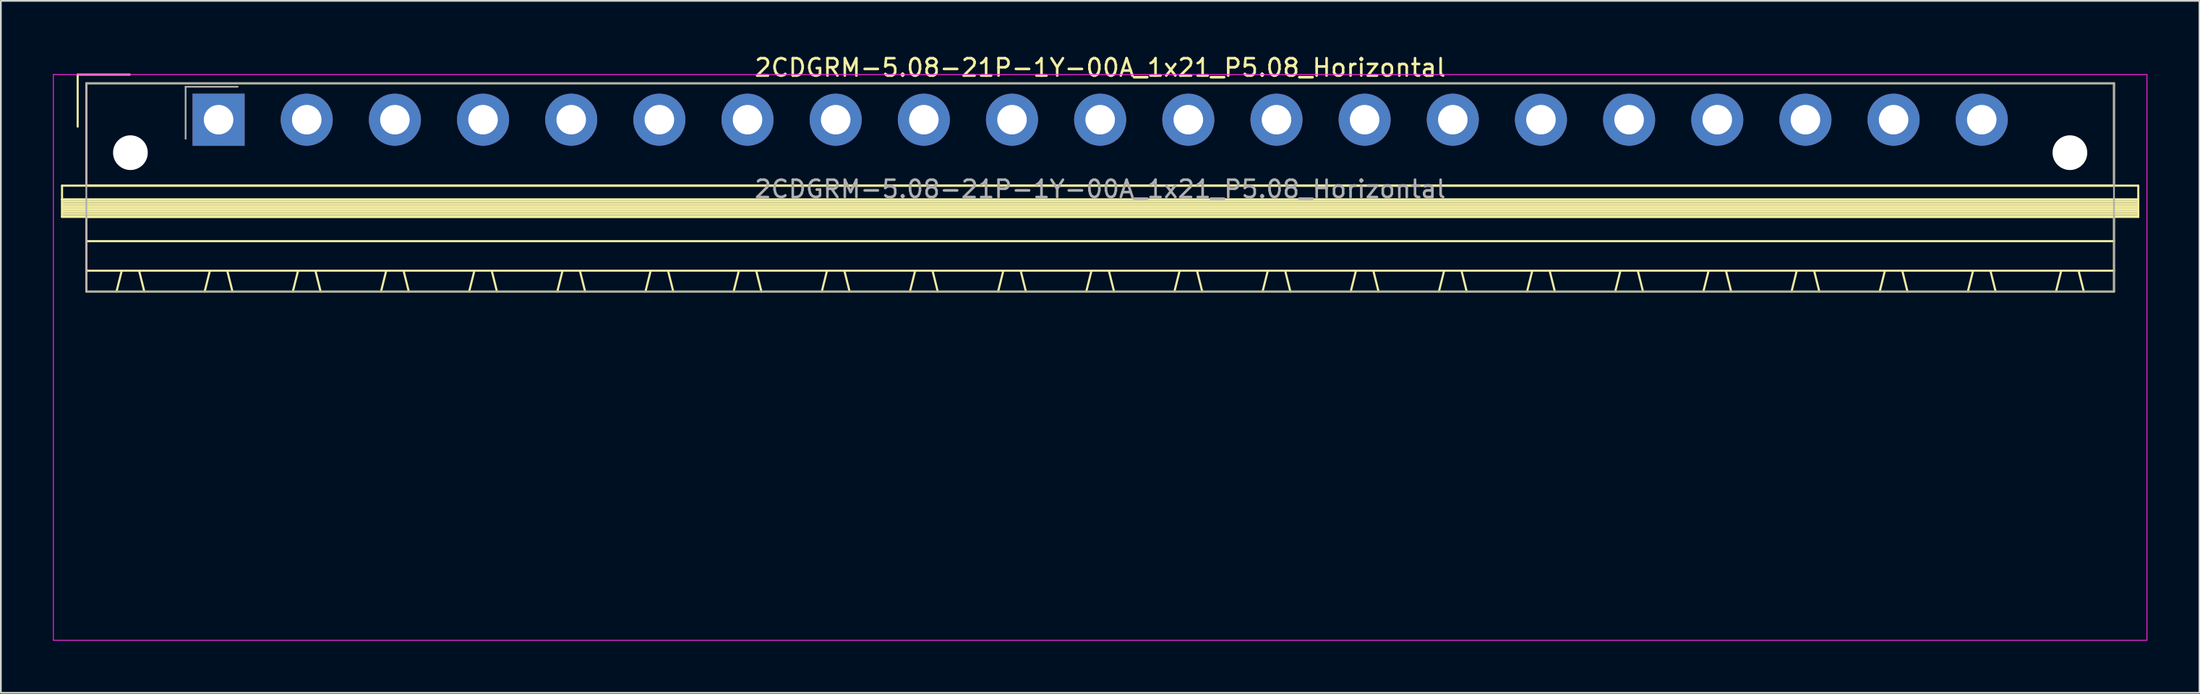
<source format=kicad_pcb>
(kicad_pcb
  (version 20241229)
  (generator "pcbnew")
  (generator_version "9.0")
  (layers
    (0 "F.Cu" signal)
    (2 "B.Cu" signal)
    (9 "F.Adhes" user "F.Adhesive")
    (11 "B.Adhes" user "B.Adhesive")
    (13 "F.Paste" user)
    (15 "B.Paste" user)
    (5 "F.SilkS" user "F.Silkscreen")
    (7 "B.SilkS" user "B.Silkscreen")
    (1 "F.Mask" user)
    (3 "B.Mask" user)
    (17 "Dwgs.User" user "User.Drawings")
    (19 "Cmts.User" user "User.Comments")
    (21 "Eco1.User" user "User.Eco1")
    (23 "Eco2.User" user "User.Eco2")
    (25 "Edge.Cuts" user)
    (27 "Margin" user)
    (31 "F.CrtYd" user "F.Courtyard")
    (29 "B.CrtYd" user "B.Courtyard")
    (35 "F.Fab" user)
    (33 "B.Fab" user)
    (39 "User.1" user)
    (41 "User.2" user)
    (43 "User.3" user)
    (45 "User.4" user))
  (footprint "2CDGRM-5.08-21P-1Y-00A_1x21_P5.08_Horizontal"
    (layer "F.Cu")
    (at 9.545 3.848)
    (property "Reference" "2CDGRM-5.08-21P-1Y-00A_1x21_P5.08_Horizontal" (at 50.8 -3 0) (layer "F.SilkS") (effects (font (size 1 1) (thickness 0.15))))
    (attr through_hole)
    (fp_line (start -9.02 3.8) (end -9.02 4.6) (stroke (width 0.12) (type solid)) (layer "F.SilkS"))
    (fp_line (start -9.02 4.6) (end -9.02 5.6) (stroke (width 0.12) (type solid)) (layer "F.SilkS"))
    (fp_line (start -9.02 4.6) (end 110.62 4.6) (stroke (width 0.12) (type solid)) (layer "F.SilkS"))
    (fp_line (start -9.02 4.72) (end 110.62 4.72) (stroke (width 0.12) (type solid)) (layer "F.SilkS"))
    (fp_line (start -9.02 4.84) (end 110.62 4.84) (stroke (width 0.12) (type solid)) (layer "F.SilkS"))
    (fp_line (start -9.02 4.96) (end 110.62 4.96) (stroke (width 0.12) (type solid)) (layer "F.SilkS"))
    (fp_line (start -9.02 5.08) (end 110.62 5.08) (stroke (width 0.12) (type solid)) (layer "F.SilkS"))
    (fp_line (start -9.02 5.2) (end 110.62 5.2) (stroke (width 0.12) (type solid)) (layer "F.SilkS"))
    (fp_line (start -9.02 5.32) (end 110.62 5.32) (stroke (width 0.12) (type solid)) (layer "F.SilkS"))
    (fp_line (start -9.02 5.44) (end 110.62 5.44) (stroke (width 0.12) (type solid)) (layer "F.SilkS"))
    (fp_line (start -9.02 5.56) (end 110.62 5.56) (stroke (width 0.12) (type solid)) (layer "F.SilkS"))
    (fp_line (start -9.02 5.6) (end 110.62 5.6) (stroke (width 0.12) (type solid)) (layer "F.SilkS"))
    (fp_line (start -8.12 -2.6) (end -8.12 0.4) (stroke (width 0.12) (type solid)) (layer "F.SilkS"))
    (fp_line (start -8.12 -2.6) (end -5.12 -2.6) (stroke (width 0.12) (type solid)) (layer "F.SilkS"))
    (fp_line (start -7.62 -2.1) (end -7.62 3.8) (stroke (width 0.12) (type solid)) (layer "F.SilkS"))
    (fp_line (start -7.62 3.8) (end 109.22 3.8) (stroke (width 0.12) (type solid)) (layer "F.SilkS"))
    (fp_line (start -7.62 5.6) (end -7.62 9.9) (stroke (width 0.12) (type solid)) (layer "F.SilkS"))
    (fp_line (start -7.62 7) (end 109.22 7) (stroke (width 0.12) (type solid)) (layer "F.SilkS"))
    (fp_line (start -7.62 8.7) (end 109.22 8.7) (stroke (width 0.12) (type solid)) (layer "F.SilkS"))
    (fp_line (start -7.62 9.9) (end 109.22 9.9) (stroke (width 0.12) (type solid)) (layer "F.SilkS"))
    (fp_line (start -5.58 8.7) (end -5.88 9.9) (stroke (width 0.12) (type solid)) (layer "F.SilkS"))
    (fp_line (start -4.58 8.7) (end -4.28 9.9) (stroke (width 0.12) (type solid)) (layer "F.SilkS"))
    (fp_line (start -0.5 8.7) (end -0.8 9.9) (stroke (width 0.12) (type solid)) (layer "F.SilkS"))
    (fp_line (start 0.5 8.7) (end 0.8 9.9) (stroke (width 0.12) (type solid)) (layer "F.SilkS"))
    (fp_line (start 4.58 8.7) (end 4.28 9.9) (stroke (width 0.12) (type solid)) (layer "F.SilkS"))
    (fp_line (start 5.58 8.7) (end 5.88 9.9) (stroke (width 0.12) (type solid)) (layer "F.SilkS"))
    (fp_line (start 9.66 8.7) (end 9.36 9.9) (stroke (width 0.12) (type solid)) (layer "F.SilkS"))
    (fp_line (start 10.66 8.7) (end 10.96 9.9) (stroke (width 0.12) (type solid)) (layer "F.SilkS"))
    (fp_line (start 14.74 8.7) (end 14.44 9.9) (stroke (width 0.12) (type solid)) (layer "F.SilkS"))
    (fp_line (start 15.74 8.7) (end 16.04 9.9) (stroke (width 0.12) (type solid)) (layer "F.SilkS"))
    (fp_line (start 19.82 8.7) (end 19.52 9.9) (stroke (width 0.12) (type solid)) (layer "F.SilkS"))
    (fp_line (start 20.82 8.7) (end 21.12 9.9) (stroke (width 0.12) (type solid)) (layer "F.SilkS"))
    (fp_line (start 24.9 8.7) (end 24.6 9.9) (stroke (width 0.12) (type solid)) (layer "F.SilkS"))
    (fp_line (start 25.9 8.7) (end 26.2 9.9) (stroke (width 0.12) (type solid)) (layer "F.SilkS"))
    (fp_line (start 29.98 8.7) (end 29.68 9.9) (stroke (width 0.12) (type solid)) (layer "F.SilkS"))
    (fp_line (start 30.98 8.7) (end 31.28 9.9) (stroke (width 0.12) (type solid)) (layer "F.SilkS"))
    (fp_line (start 35.06 8.7) (end 34.76 9.9) (stroke (width 0.12) (type solid)) (layer "F.SilkS"))
    (fp_line (start 36.06 8.7) (end 36.36 9.9) (stroke (width 0.12) (type solid)) (layer "F.SilkS"))
    (fp_line (start 40.14 8.7) (end 39.84 9.9) (stroke (width 0.12) (type solid)) (layer "F.SilkS"))
    (fp_line (start 41.14 8.7) (end 41.44 9.9) (stroke (width 0.12) (type solid)) (layer "F.SilkS"))
    (fp_line (start 45.22 8.7) (end 44.92 9.9) (stroke (width 0.12) (type solid)) (layer "F.SilkS"))
    (fp_line (start 46.22 8.7) (end 46.52 9.9) (stroke (width 0.12) (type solid)) (layer "F.SilkS"))
    (fp_line (start 50.3 8.7) (end 50 9.9) (stroke (width 0.12) (type solid)) (layer "F.SilkS"))
    (fp_line (start 51.3 8.7) (end 51.6 9.9) (stroke (width 0.12) (type solid)) (layer "F.SilkS"))
    (fp_line (start 55.38 8.7) (end 55.08 9.9) (stroke (width 0.12) (type solid)) (layer "F.SilkS"))
    (fp_line (start 56.38 8.7) (end 56.68 9.9) (stroke (width 0.12) (type solid)) (layer "F.SilkS"))
    (fp_line (start 60.46 8.7) (end 60.16 9.9) (stroke (width 0.12) (type solid)) (layer "F.SilkS"))
    (fp_line (start 61.46 8.7) (end 61.76 9.9) (stroke (width 0.12) (type solid)) (layer "F.SilkS"))
    (fp_line (start 65.54 8.7) (end 65.24 9.9) (stroke (width 0.12) (type solid)) (layer "F.SilkS"))
    (fp_line (start 66.54 8.7) (end 66.84 9.9) (stroke (width 0.12) (type solid)) (layer "F.SilkS"))
    (fp_line (start 70.62 8.7) (end 70.32 9.9) (stroke (width 0.12) (type solid)) (layer "F.SilkS"))
    (fp_line (start 71.62 8.7) (end 71.92 9.9) (stroke (width 0.12) (type solid)) (layer "F.SilkS"))
    (fp_line (start 75.7 8.7) (end 75.4 9.9) (stroke (width 0.12) (type solid)) (layer "F.SilkS"))
    (fp_line (start 76.7 8.7) (end 77 9.9) (stroke (width 0.12) (type solid)) (layer "F.SilkS"))
    (fp_line (start 80.78 8.7) (end 80.48 9.9) (stroke (width 0.12) (type solid)) (layer "F.SilkS"))
    (fp_line (start 81.78 8.7) (end 82.08 9.9) (stroke (width 0.12) (type solid)) (layer "F.SilkS"))
    (fp_line (start 85.86 8.7) (end 85.56 9.9) (stroke (width 0.12) (type solid)) (layer "F.SilkS"))
    (fp_line (start 86.86 8.7) (end 87.16 9.9) (stroke (width 0.12) (type solid)) (layer "F.SilkS"))
    (fp_line (start 90.94 8.7) (end 90.64 9.9) (stroke (width 0.12) (type solid)) (layer "F.SilkS"))
    (fp_line (start 91.94 8.7) (end 92.24 9.9) (stroke (width 0.12) (type solid)) (layer "F.SilkS"))
    (fp_line (start 96.02 8.7) (end 95.72 9.9) (stroke (width 0.12) (type solid)) (layer "F.SilkS"))
    (fp_line (start 97.02 8.7) (end 97.32 9.9) (stroke (width 0.12) (type solid)) (layer "F.SilkS"))
    (fp_line (start 101.1 8.7) (end 100.8 9.9) (stroke (width 0.12) (type solid)) (layer "F.SilkS"))
    (fp_line (start 102.1 8.7) (end 102.4 9.9) (stroke (width 0.12) (type solid)) (layer "F.SilkS"))
    (fp_line (start 106.18 8.7) (end 105.88 9.9) (stroke (width 0.12) (type solid)) (layer "F.SilkS"))
    (fp_line (start 107.18 8.7) (end 107.48 9.9) (stroke (width 0.12) (type solid)) (layer "F.SilkS"))
    (fp_line (start 109.22 -2.1) (end -7.62 -2.1) (stroke (width 0.12) (type solid)) (layer "F.SilkS"))
    (fp_line (start 109.22 3.8) (end 109.22 -2.1) (stroke (width 0.12) (type solid)) (layer "F.SilkS"))
    (fp_line (start 109.22 5.6) (end -7.62 5.6) (stroke (width 0.12) (type solid)) (layer "F.SilkS"))
    (fp_line (start 109.22 9.9) (end 109.22 5.6) (stroke (width 0.12) (type solid)) (layer "F.SilkS"))
    (fp_line (start 110.62 3.8) (end -9.02 3.8) (stroke (width 0.12) (type solid)) (layer "F.SilkS"))
    (fp_line (start 110.62 4.6) (end -9.02 4.6) (stroke (width 0.12) (type solid)) (layer "F.SilkS"))
    (fp_line (start 110.62 4.6) (end 110.62 3.8) (stroke (width 0.12) (type solid)) (layer "F.SilkS"))
    (fp_line (start 110.62 5.6) (end 110.62 4.6) (stroke (width 0.12) (type solid)) (layer "F.SilkS"))
    (fp_line (start -9.52 -2.6) (end -9.52 30) (stroke (width 0.05) (type solid)) (layer "F.CrtYd"))
    (fp_line (start -9.52 30) (end 111.12 30) (stroke (width 0.05) (type solid)) (layer "F.CrtYd"))
    (fp_line (start 111.12 -2.6) (end -9.52 -2.6) (stroke (width 0.05) (type solid)) (layer "F.CrtYd"))
    (fp_line (start 111.12 30) (end 111.12 -2.6) (stroke (width 0.05) (type solid)) (layer "F.CrtYd"))
    (fp_line (start -7.62 -2.1) (end -7.62 9.9) (stroke (width 0.1) (type solid)) (layer "F.Fab"))
    (fp_line (start -7.62 9.9) (end 109.22 9.9) (stroke (width 0.1) (type solid)) (layer "F.Fab"))
    (fp_line (start -1.9 -1.9) (end -1.9 1.1) (stroke (width 0.1) (type solid)) (layer "F.Fab"))
    (fp_line (start -1.9 -1.9) (end 1.1 -1.9) (stroke (width 0.1) (type solid)) (layer "F.Fab"))
    (fp_line (start 109.22 -2.1) (end -7.62 -2.1) (stroke (width 0.1) (type solid)) (layer "F.Fab"))
    (fp_line (start 109.22 9.9) (end 109.22 -2.1) (stroke (width 0.1) (type solid)) (layer "F.Fab"))
    (fp_text user "${REFERENCE}" (at 50.8 4 0) (layer "F.Fab") (effects (font (size 1 1) (thickness 0.15))))
    (pad "" np_thru_hole circle (at -5.08 1.9) (size 2 2) (drill 2) (layers "*.Cu" "*.Mask"))
    (pad "" np_thru_hole circle (at 106.68 1.9) (size 2 2) (drill 2) (layers "*.Cu" "*.Mask"))
    (pad "1" thru_hole rect (at 0 0) (size 3 3) (drill 1.7) (layers "*.Cu" "*.Mask"))
    (pad "2" thru_hole circle (at 5.08 0) (size 3 3) (drill 1.7) (layers "*.Cu" "*.Mask"))
    (pad "3" thru_hole circle (at 10.16 0) (size 3 3) (drill 1.7) (layers "*.Cu" "*.Mask"))
    (pad "4" thru_hole circle (at 15.24 0) (size 3 3) (drill 1.7) (layers "*.Cu" "*.Mask"))
    (pad "5" thru_hole circle (at 20.32 0) (size 3 3) (drill 1.7) (layers "*.Cu" "*.Mask"))
    (pad "6" thru_hole circle (at 25.4 0) (size 3 3) (drill 1.7) (layers "*.Cu" "*.Mask"))
    (pad "7" thru_hole circle (at 30.48 0) (size 3 3) (drill 1.7) (layers "*.Cu" "*.Mask"))
    (pad "8" thru_hole circle (at 35.56 0) (size 3 3) (drill 1.7) (layers "*.Cu" "*.Mask"))
    (pad "9" thru_hole circle (at 40.64 0) (size 3 3) (drill 1.7) (layers "*.Cu" "*.Mask"))
    (pad "10" thru_hole circle (at 45.72 0) (size 3 3) (drill 1.7) (layers "*.Cu" "*.Mask"))
    (pad "11" thru_hole circle (at 50.8 0) (size 3 3) (drill 1.7) (layers "*.Cu" "*.Mask"))
    (pad "12" thru_hole circle (at 55.88 0) (size 3 3) (drill 1.7) (layers "*.Cu" "*.Mask"))
    (pad "13" thru_hole circle (at 60.96 0) (size 3 3) (drill 1.7) (layers "*.Cu" "*.Mask"))
    (pad "14" thru_hole circle (at 66.04 0) (size 3 3) (drill 1.7) (layers "*.Cu" "*.Mask"))
    (pad "15" thru_hole circle (at 71.12 0) (size 3 3) (drill 1.7) (layers "*.Cu" "*.Mask"))
    (pad "16" thru_hole circle (at 76.2 0) (size 3 3) (drill 1.7) (layers "*.Cu" "*.Mask"))
    (pad "17" thru_hole circle (at 81.28 0) (size 3 3) (drill 1.7) (layers "*.Cu" "*.Mask"))
    (pad "18" thru_hole circle (at 86.36 0) (size 3 3) (drill 1.7) (layers "*.Cu" "*.Mask"))
    (pad "19" thru_hole circle (at 91.44 0) (size 3 3) (drill 1.7) (layers "*.Cu" "*.Mask"))
    (pad "20" thru_hole circle (at 96.52 0) (size 3 3) (drill 1.7) (layers "*.Cu" "*.Mask"))
    (pad "21" thru_hole circle (at 101.6 0) (size 3 3) (drill 1.7) (layers "*.Cu" "*.Mask")))
  (gr_rect
    (start -3 -3)
    (end 123.69 36.873)
    (stroke (width 0.1) (type default))
    (fill no)
    (layer "Edge.Cuts")))
</source>
